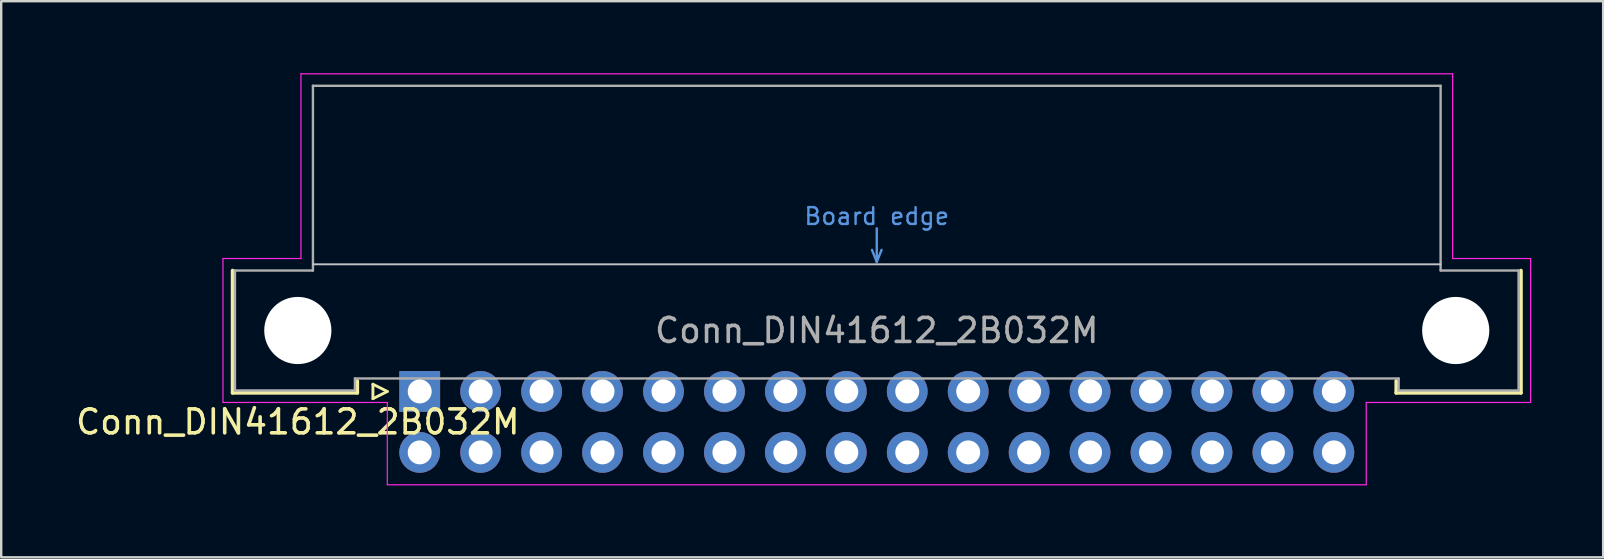
<source format=kicad_pcb>
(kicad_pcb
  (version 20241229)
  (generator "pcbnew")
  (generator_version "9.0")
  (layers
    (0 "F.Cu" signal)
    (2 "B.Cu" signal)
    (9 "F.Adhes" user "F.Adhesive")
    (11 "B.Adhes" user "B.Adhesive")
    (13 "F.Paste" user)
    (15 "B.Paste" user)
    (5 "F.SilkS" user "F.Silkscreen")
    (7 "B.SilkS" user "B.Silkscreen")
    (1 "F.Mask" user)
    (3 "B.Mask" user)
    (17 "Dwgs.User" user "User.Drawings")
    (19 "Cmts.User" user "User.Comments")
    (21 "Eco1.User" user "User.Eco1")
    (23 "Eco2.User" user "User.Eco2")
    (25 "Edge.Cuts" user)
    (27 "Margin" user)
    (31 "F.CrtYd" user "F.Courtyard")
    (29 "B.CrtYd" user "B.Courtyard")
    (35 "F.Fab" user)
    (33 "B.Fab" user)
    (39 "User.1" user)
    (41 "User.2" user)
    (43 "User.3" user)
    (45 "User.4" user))
  (footprint "Conn_DIN41612_2B032M"
    (layer "F.Cu")
    (at 14.443 13.265)
    (property "Reference" "Conn_DIN41612_2B032M" (at -5.08 1.27 0) (layer "F.SilkS") (effects (font (size 1 1) (thickness 0.15))))
    (attr through_hole)
    (fp_line (start -7.8 0.06) (end -7.8 -5.04) (stroke (width 0.15) (type solid)) (layer "F.SilkS"))
    (fp_line (start -2.6 -0.44) (end -2.6 0.06) (stroke (width 0.15) (type solid)) (layer "F.SilkS"))
    (fp_line (start -2.6 0.06) (end -7.8 0.06) (stroke (width 0.15) (type solid)) (layer "F.SilkS"))
    (fp_line (start -1.95 -0.3) (end -1.95 0.3) (stroke (width 0.12) (type solid)) (layer "F.SilkS"))
    (fp_line (start -1.95 0.3) (end -1.35 0) (stroke (width 0.12) (type solid)) (layer "F.SilkS"))
    (fp_line (start -1.35 0) (end -1.95 -0.3) (stroke (width 0.12) (type solid)) (layer "F.SilkS"))
    (fp_line (start 40.7 -0.44) (end 40.7 0.06) (stroke (width 0.15) (type solid)) (layer "F.SilkS"))
    (fp_line (start 40.7 0.06) (end 45.9 0.06) (stroke (width 0.15) (type solid)) (layer "F.SilkS"))
    (fp_line (start 45.9 0.06) (end 45.9 -5.04) (stroke (width 0.15) (type solid)) (layer "F.SilkS"))
    (fp_line (start -4.45 -5.3) (end 42.55 -5.3) (stroke (width 0.08) (type solid)) (layer "Dwgs.User"))
    (fp_line (start 18.85 -5.9) (end 19.05 -5.4) (stroke (width 0.1) (type solid)) (layer "Cmts.User"))
    (fp_line (start 19.05 -6.8) (end 19.05 -5.4) (stroke (width 0.1) (type solid)) (layer "Cmts.User"))
    (fp_line (start 19.05 -5.4) (end 19.25 -5.9) (stroke (width 0.1) (type solid)) (layer "Cmts.User"))
    (fp_line (start -8.2 -5.54) (end -4.95 -5.54) (stroke (width 0.05) (type solid)) (layer "F.CrtYd"))
    (fp_line (start -8.2 0.46) (end -8.2 -5.54) (stroke (width 0.05) (type solid)) (layer "F.CrtYd"))
    (fp_line (start -4.95 -13.24) (end 43.05 -13.24) (stroke (width 0.05) (type solid)) (layer "F.CrtYd"))
    (fp_line (start -4.95 -5.54) (end -4.95 -13.24) (stroke (width 0.05) (type solid)) (layer "F.CrtYd"))
    (fp_line (start -1.35 0.46) (end -8.2 0.46) (stroke (width 0.05) (type solid)) (layer "F.CrtYd"))
    (fp_line (start -1.35 3.89) (end -1.35 0.46) (stroke (width 0.05) (type solid)) (layer "F.CrtYd"))
    (fp_line (start 39.45 0.46) (end 39.45 3.89) (stroke (width 0.05) (type solid)) (layer "F.CrtYd"))
    (fp_line (start 39.45 3.89) (end -1.35 3.89) (stroke (width 0.05) (type solid)) (layer "F.CrtYd"))
    (fp_line (start 40.3 0.46) (end 39.45 0.46) (stroke (width 0.05) (type solid)) (layer "F.CrtYd"))
    (fp_line (start 43.05 -13.24) (end 43.05 -5.54) (stroke (width 0.05) (type solid)) (layer "F.CrtYd"))
    (fp_line (start 43.05 -5.54) (end 46.3 -5.54) (stroke (width 0.05) (type solid)) (layer "F.CrtYd"))
    (fp_line (start 46.3 -5.54) (end 46.3 0.46) (stroke (width 0.05) (type solid)) (layer "F.CrtYd"))
    (fp_line (start 46.3 0.46) (end 40.3 0.46) (stroke (width 0.05) (type solid)) (layer "F.CrtYd"))
    (fp_line (start -7.7 -5.04) (end -4.45 -5.04) (stroke (width 0.1) (type solid)) (layer "F.Fab"))
    (fp_line (start -7.7 -0.04) (end -7.7 -5.04) (stroke (width 0.1) (type solid)) (layer "F.Fab"))
    (fp_line (start -4.45 -12.74) (end 42.55 -12.74) (stroke (width 0.1) (type solid)) (layer "F.Fab"))
    (fp_line (start -4.45 -5.04) (end -4.45 -12.74) (stroke (width 0.1) (type solid)) (layer "F.Fab"))
    (fp_line (start -2.7 -0.54) (end -2.7 -0.04) (stroke (width 0.1) (type solid)) (layer "F.Fab"))
    (fp_line (start -2.7 -0.04) (end -7.7 -0.04) (stroke (width 0.1) (type solid)) (layer "F.Fab"))
    (fp_line (start 40.8 -0.54) (end -2.7 -0.54) (stroke (width 0.1) (type solid)) (layer "F.Fab"))
    (fp_line (start 40.8 -0.04) (end 40.8 -0.54) (stroke (width 0.1) (type solid)) (layer "F.Fab"))
    (fp_line (start 42.55 -12.74) (end 42.55 -5.04) (stroke (width 0.1) (type solid)) (layer "F.Fab"))
    (fp_line (start 42.55 -5.04) (end 45.8 -5.04) (stroke (width 0.1) (type solid)) (layer "F.Fab"))
    (fp_line (start 45.8 -5.04) (end 45.8 -0.04) (stroke (width 0.1) (type solid)) (layer "F.Fab"))
    (fp_line (start 45.8 -0.04) (end 40.8 -0.04) (stroke (width 0.1) (type solid)) (layer "F.Fab"))
    (fp_text user "Board edge" (at 19.05 -7.3 0) (layer "Cmts.User") (effects (font (size 0.7 0.7) (thickness 0.1))))
    (fp_text user "${REFERENCE}" (at 19.05 -2.54 0) (layer "F.Fab") (effects (font (size 1 1) (thickness 0.15))))
    (pad "" np_thru_hole circle (at -5.08 -2.54) (size 2.8 2.8) (drill 2.8) (layers "*.Cu" "*.Mask"))
    (pad "" np_thru_hole circle (at 43.18 -2.54) (size 2.8 2.8) (drill 2.8) (layers "*.Cu" "*.Mask"))
    (pad "A1" thru_hole rect (at 0 0) (size 1.7 1.7) (drill 1) (layers "*.Cu" "*.Mask"))
    (pad "A2" thru_hole circle (at 2.54 0) (size 1.7 1.7) (drill 1) (layers "*.Cu" "*.Mask"))
    (pad "A3" thru_hole circle (at 5.08 0) (size 1.7 1.7) (drill 1) (layers "*.Cu" "*.Mask"))
    (pad "A4" thru_hole circle (at 7.62 0) (size 1.7 1.7) (drill 1) (layers "*.Cu" "*.Mask"))
    (pad "A5" thru_hole circle (at 10.16 0) (size 1.7 1.7) (drill 1) (layers "*.Cu" "*.Mask"))
    (pad "A6" thru_hole circle (at 12.7 0) (size 1.7 1.7) (drill 1) (layers "*.Cu" "*.Mask"))
    (pad "A7" thru_hole circle (at 15.24 0) (size 1.7 1.7) (drill 1) (layers "*.Cu" "*.Mask"))
    (pad "A8" thru_hole circle (at 17.78 0) (size 1.7 1.7) (drill 1) (layers "*.Cu" "*.Mask"))
    (pad "A9" thru_hole circle (at 20.32 0) (size 1.7 1.7) (drill 1) (layers "*.Cu" "*.Mask"))
    (pad "A10" thru_hole circle (at 22.86 0) (size 1.7 1.7) (drill 1) (layers "*.Cu" "*.Mask"))
    (pad "A11" thru_hole circle (at 25.4 0) (size 1.7 1.7) (drill 1) (layers "*.Cu" "*.Mask"))
    (pad "A12" thru_hole circle (at 27.94 0) (size 1.7 1.7) (drill 1) (layers "*.Cu" "*.Mask"))
    (pad "A13" thru_hole circle (at 30.48 0) (size 1.7 1.7) (drill 1) (layers "*.Cu" "*.Mask"))
    (pad "A14" thru_hole circle (at 33.02 0) (size 1.7 1.7) (drill 1) (layers "*.Cu" "*.Mask"))
    (pad "A15" thru_hole circle (at 35.56 0) (size 1.7 1.7) (drill 1) (layers "*.Cu" "*.Mask"))
    (pad "A16" thru_hole circle (at 38.1 0) (size 1.7 1.7) (drill 1) (layers "*.Cu" "*.Mask"))
    (pad "B1" thru_hole circle (at 0 2.54) (size 1.7 1.7) (drill 1) (layers "*.Cu" "*.Mask"))
    (pad "B2" thru_hole circle (at 2.54 2.54) (size 1.7 1.7) (drill 1) (layers "*.Cu" "*.Mask"))
    (pad "B3" thru_hole circle (at 5.08 2.54) (size 1.7 1.7) (drill 1) (layers "*.Cu" "*.Mask"))
    (pad "B4" thru_hole circle (at 7.62 2.54) (size 1.7 1.7) (drill 1) (layers "*.Cu" "*.Mask"))
    (pad "B5" thru_hole circle (at 10.16 2.54) (size 1.7 1.7) (drill 1) (layers "*.Cu" "*.Mask"))
    (pad "B6" thru_hole circle (at 12.7 2.54) (size 1.7 1.7) (drill 1) (layers "*.Cu" "*.Mask"))
    (pad "B7" thru_hole circle (at 15.24 2.54) (size 1.7 1.7) (drill 1) (layers "*.Cu" "*.Mask"))
    (pad "B8" thru_hole circle (at 17.78 2.54) (size 1.7 1.7) (drill 1) (layers "*.Cu" "*.Mask"))
    (pad "B9" thru_hole circle (at 20.32 2.54) (size 1.7 1.7) (drill 1) (layers "*.Cu" "*.Mask"))
    (pad "B10" thru_hole circle (at 22.86 2.54) (size 1.7 1.7) (drill 1) (layers "*.Cu" "*.Mask"))
    (pad "B11" thru_hole circle (at 25.4 2.54) (size 1.7 1.7) (drill 1) (layers "*.Cu" "*.Mask"))
    (pad "B12" thru_hole circle (at 27.94 2.54) (size 1.7 1.7) (drill 1) (layers "*.Cu" "*.Mask"))
    (pad "B13" thru_hole circle (at 30.48 2.54) (size 1.7 1.7) (drill 1) (layers "*.Cu" "*.Mask"))
    (pad "B14" thru_hole circle (at 33.02 2.54) (size 1.7 1.7) (drill 1) (layers "*.Cu" "*.Mask"))
    (pad "B15" thru_hole circle (at 35.56 2.54) (size 1.7 1.7) (drill 1) (layers "*.Cu" "*.Mask"))
    (pad "B16" thru_hole circle (at 38.1 2.54) (size 1.7 1.7) (drill 1) (layers "*.Cu" "*.Mask")))
  (gr_rect
    (start -3 -3)
    (end 63.768 20.18)
    (stroke (width 0.1) (type default))
    (fill no)
    (layer "Edge.Cuts")))
</source>
